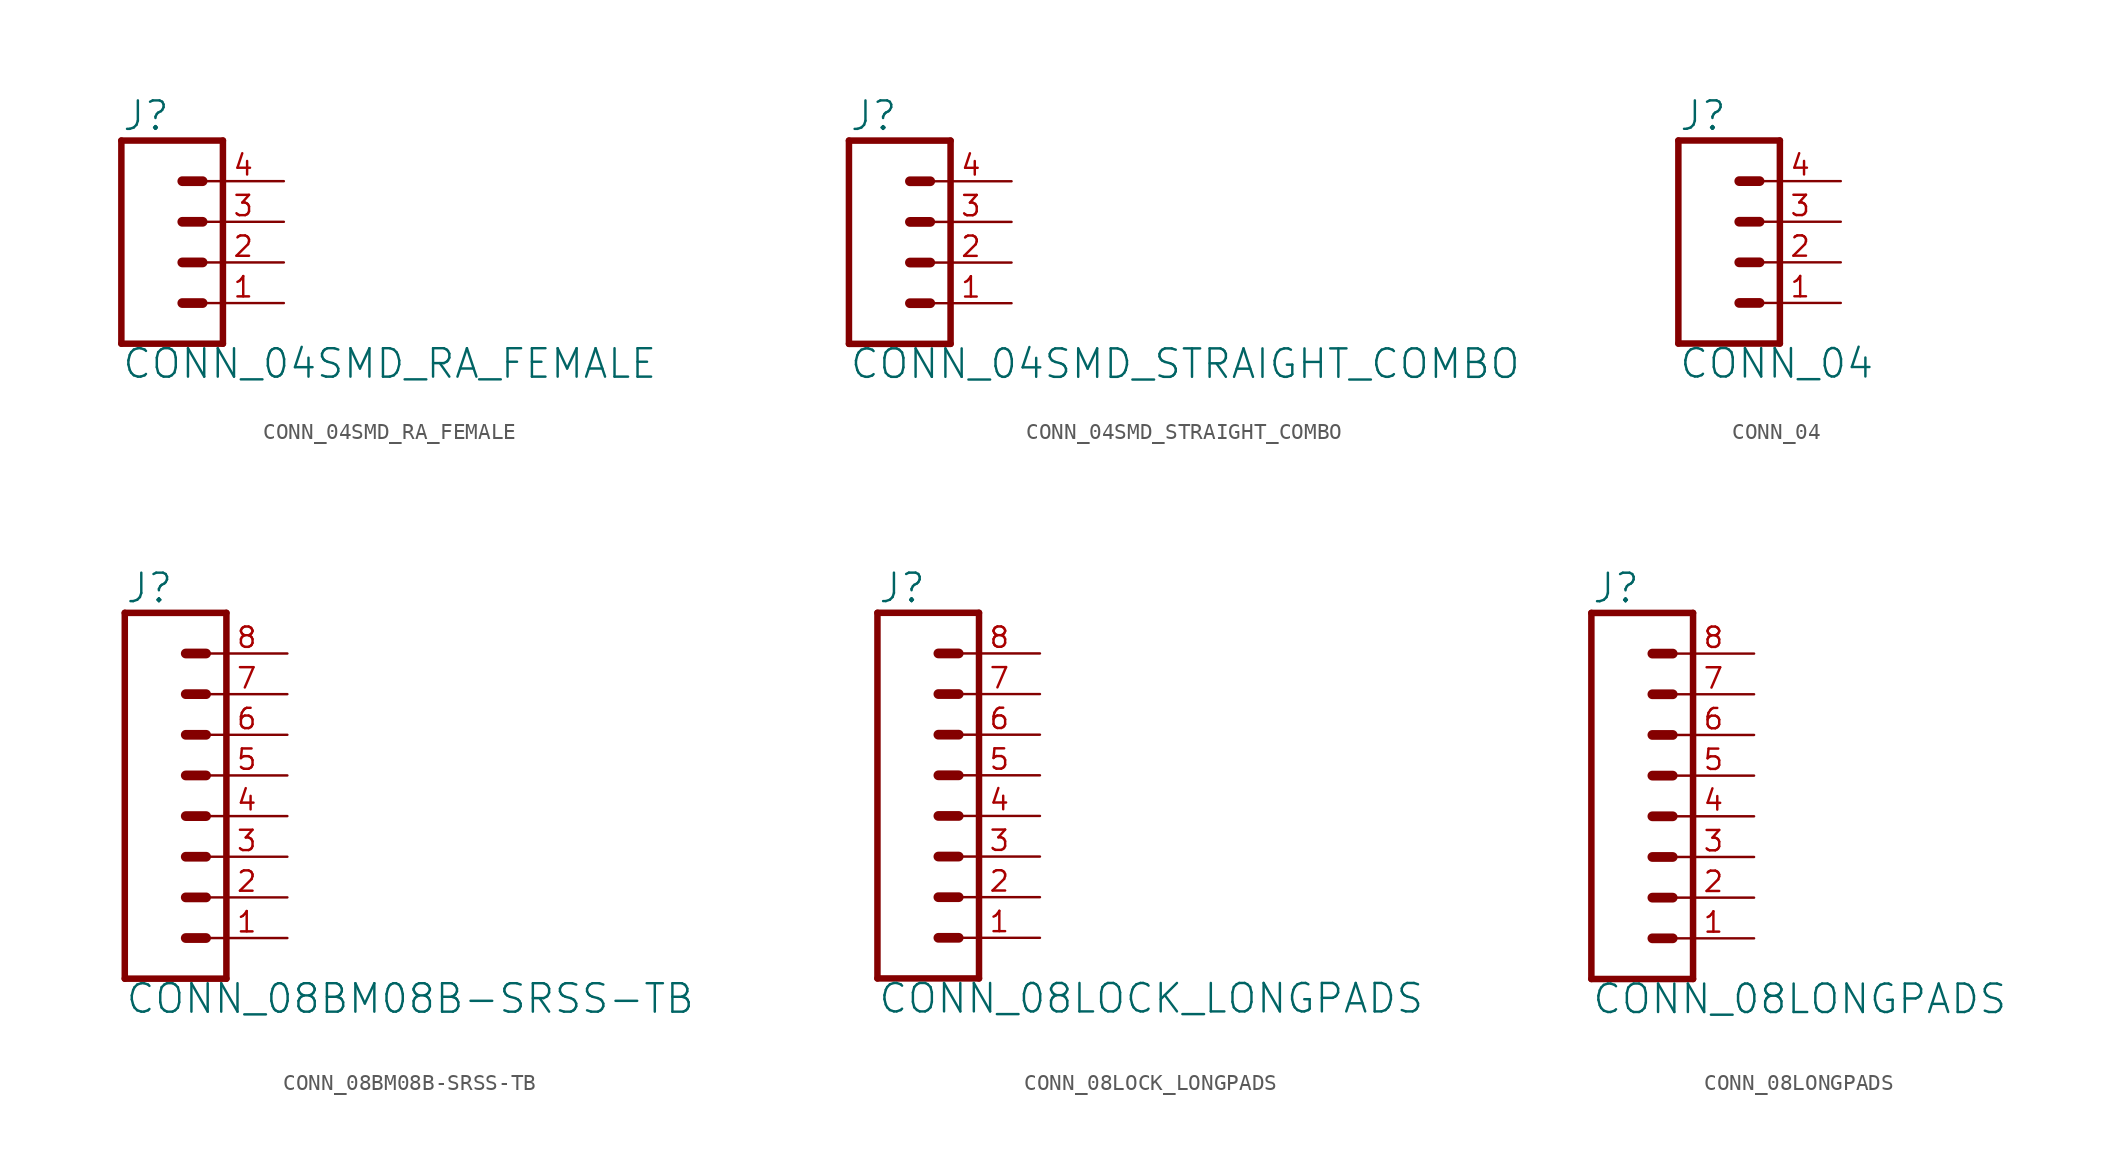
<source format=kicad_sym>
(kicad_symbol_lib
  (version 20220331)
  (generator kicad_symbol_editor)
  (symbol "CONN_04SMD_RA_FEMALE"
    (property "Reference" "J"
      (at -5.08 8.128 0)
      (effects (font (size 1.778 1.778)) (justify left bottom)))
    (property "Value" "CONN_04SMD_RA_FEMALE"
      (at -5.08 -7.366 0)
      (effects (font (size 1.778 1.778)) (justify left bottom)))
    (property "ki_locked" ""
      (at 0 0 0)
      (effects (font (size 1.27 1.27))))
    (symbol "CONN_04SMD_RA_FEMALE_1_0"
      (polyline (pts (xy -5.08 7.62) (xy -5.08 -5.08)) (stroke (width 0.406) (type solid)) (fill (type none)))
      (polyline (pts (xy -5.08 7.62) (xy 1.27 7.62)) (stroke (width 0.406) (type solid)) (fill (type none)))
      (polyline (pts (xy -1.27 -2.54) (xy 0 -2.54)) (stroke (width 0.61) (type solid)) (fill (type none)))
      (polyline (pts (xy -1.27 0) (xy 0 0)) (stroke (width 0.61) (type solid)) (fill (type none)))
      (polyline (pts (xy -1.27 2.54) (xy 0 2.54)) (stroke (width 0.61) (type solid)) (fill (type none)))
      (polyline (pts (xy -1.27 5.08) (xy 0 5.08)) (stroke (width 0.61) (type solid)) (fill (type none)))
      (polyline (pts (xy 1.27 -5.08) (xy -5.08 -5.08)) (stroke (width 0.406) (type solid)) (fill (type none)))
      (polyline (pts (xy 1.27 -5.08) (xy 1.27 7.62)) (stroke (width 0.406) (type solid)) (fill (type none)))
      (pin passive line (at 5.08 -2.54 180) (length 5.08) (name "1" (effects (font (size 0 0)))) (number "1" (effects (font (size 1.27 1.27)))))
      (pin passive line (at 5.08 0 180) (length 5.08) (name "2" (effects (font (size 0 0)))) (number "2" (effects (font (size 1.27 1.27)))))
      (pin passive line (at 5.08 2.54 180) (length 5.08) (name "3" (effects (font (size 0 0)))) (number "3" (effects (font (size 1.27 1.27)))))
      (pin passive line (at 5.08 5.08 180) (length 5.08) (name "4" (effects (font (size 0 0)))) (number "4" (effects (font (size 1.27 1.27)))))))
  (symbol "CONN_04SMD_STRAIGHT_COMBO"
    (property "Reference" "J"
      (at -5.08 8.128 0)
      (effects (font (size 1.778 1.778)) (justify left bottom)))
    (property "Value" "CONN_04SMD_STRAIGHT_COMBO"
      (at -5.08 -7.366 0)
      (effects (font (size 1.778 1.778)) (justify left bottom)))
    (property "ki_locked" ""
      (at 0 0 0)
      (effects (font (size 1.27 1.27))))
    (symbol "CONN_04SMD_STRAIGHT_COMBO_1_0"
      (polyline (pts (xy -5.08 7.62) (xy -5.08 -5.08)) (stroke (width 0.406) (type solid)) (fill (type none)))
      (polyline (pts (xy -5.08 7.62) (xy 1.27 7.62)) (stroke (width 0.406) (type solid)) (fill (type none)))
      (polyline (pts (xy -1.27 -2.54) (xy 0 -2.54)) (stroke (width 0.61) (type solid)) (fill (type none)))
      (polyline (pts (xy -1.27 0) (xy 0 0)) (stroke (width 0.61) (type solid)) (fill (type none)))
      (polyline (pts (xy -1.27 2.54) (xy 0 2.54)) (stroke (width 0.61) (type solid)) (fill (type none)))
      (polyline (pts (xy -1.27 5.08) (xy 0 5.08)) (stroke (width 0.61) (type solid)) (fill (type none)))
      (polyline (pts (xy 1.27 -5.08) (xy -5.08 -5.08)) (stroke (width 0.406) (type solid)) (fill (type none)))
      (polyline (pts (xy 1.27 -5.08) (xy 1.27 7.62)) (stroke (width 0.406) (type solid)) (fill (type none)))
      (pin passive line (at 5.08 -2.54 180) (length 5.08) (name "1" (effects (font (size 0 0)))) (number "1" (effects (font (size 1.27 1.27)))))
      (pin passive line (at 5.08 0 180) (length 5.08) (name "2" (effects (font (size 0 0)))) (number "2" (effects (font (size 1.27 1.27)))))
      (pin passive line (at 5.08 2.54 180) (length 5.08) (name "3" (effects (font (size 0 0)))) (number "3" (effects (font (size 1.27 1.27)))))
      (pin passive line (at 5.08 5.08 180) (length 5.08) (name "4" (effects (font (size 0 0)))) (number "4" (effects (font (size 1.27 1.27)))))))
  (symbol "CONN_04"
    (property "Reference" "J"
      (at -5.08 8.128 0)
      (effects (font (size 1.778 1.778)) (justify left bottom)))
    (property "Value" "CONN_04"
      (at -5.08 -7.366 0)
      (effects (font (size 1.778 1.778)) (justify left bottom)))
    (property "ki_locked" ""
      (at 0 0 0)
      (effects (font (size 1.27 1.27))))
    (symbol "CONN_04_1_0"
      (polyline (pts (xy -5.08 7.62) (xy -5.08 -5.08)) (stroke (width 0.406) (type solid)) (fill (type none)))
      (polyline (pts (xy -5.08 7.62) (xy 1.27 7.62)) (stroke (width 0.406) (type solid)) (fill (type none)))
      (polyline (pts (xy -1.27 -2.54) (xy 0 -2.54)) (stroke (width 0.61) (type solid)) (fill (type none)))
      (polyline (pts (xy -1.27 0) (xy 0 0)) (stroke (width 0.61) (type solid)) (fill (type none)))
      (polyline (pts (xy -1.27 2.54) (xy 0 2.54)) (stroke (width 0.61) (type solid)) (fill (type none)))
      (polyline (pts (xy -1.27 5.08) (xy 0 5.08)) (stroke (width 0.61) (type solid)) (fill (type none)))
      (polyline (pts (xy 1.27 -5.08) (xy -5.08 -5.08)) (stroke (width 0.406) (type solid)) (fill (type none)))
      (polyline (pts (xy 1.27 -5.08) (xy 1.27 7.62)) (stroke (width 0.406) (type solid)) (fill (type none)))
      (pin passive line (at 5.08 -2.54 180) (length 5.08) (name "1" (effects (font (size 0 0)))) (number "1" (effects (font (size 1.27 1.27)))))
      (pin passive line (at 5.08 0 180) (length 5.08) (name "2" (effects (font (size 0 0)))) (number "2" (effects (font (size 1.27 1.27)))))
      (pin passive line (at 5.08 2.54 180) (length 5.08) (name "3" (effects (font (size 0 0)))) (number "3" (effects (font (size 1.27 1.27)))))
      (pin passive line (at 5.08 5.08 180) (length 5.08) (name "4" (effects (font (size 0 0)))) (number "4" (effects (font (size 1.27 1.27)))))))
  (symbol "CONN_08BM08B-SRSS-TB"
    (property "Reference" "J"
      (at -5.08 13.208 0)
      (effects (font (size 1.778 1.778)) (justify left bottom)))
    (property "Value" "CONN_08BM08B-SRSS-TB"
      (at -5.08 -12.446 0)
      (effects (font (size 1.778 1.778)) (justify left bottom)))
    (property "ki_locked" ""
      (at 0 0 0)
      (effects (font (size 1.27 1.27))))
    (symbol "CONN_08BM08B-SRSS-TB_1_0"
      (polyline (pts (xy -5.08 12.7) (xy -5.08 -10.16)) (stroke (width 0.406) (type solid)) (fill (type none)))
      (polyline (pts (xy -5.08 12.7) (xy 1.27 12.7)) (stroke (width 0.406) (type solid)) (fill (type none)))
      (polyline (pts (xy -1.27 -7.62) (xy 0 -7.62)) (stroke (width 0.61) (type solid)) (fill (type none)))
      (polyline (pts (xy -1.27 -5.08) (xy 0 -5.08)) (stroke (width 0.61) (type solid)) (fill (type none)))
      (polyline (pts (xy -1.27 -2.54) (xy 0 -2.54)) (stroke (width 0.61) (type solid)) (fill (type none)))
      (polyline (pts (xy -1.27 0) (xy 0 0)) (stroke (width 0.61) (type solid)) (fill (type none)))
      (polyline (pts (xy -1.27 2.54) (xy 0 2.54)) (stroke (width 0.61) (type solid)) (fill (type none)))
      (polyline (pts (xy -1.27 5.08) (xy 0 5.08)) (stroke (width 0.61) (type solid)) (fill (type none)))
      (polyline (pts (xy -1.27 7.62) (xy 0 7.62)) (stroke (width 0.61) (type solid)) (fill (type none)))
      (polyline (pts (xy -1.27 10.16) (xy 0 10.16)) (stroke (width 0.61) (type solid)) (fill (type none)))
      (polyline (pts (xy 1.27 -10.16) (xy -5.08 -10.16)) (stroke (width 0.406) (type solid)) (fill (type none)))
      (polyline (pts (xy 1.27 -10.16) (xy 1.27 12.7)) (stroke (width 0.406) (type solid)) (fill (type none)))
      (pin passive line (at 5.08 -7.62 180) (length 5.08) (name "1" (effects (font (size 0 0)))) (number "1" (effects (font (size 1.27 1.27)))))
      (pin passive line (at 5.08 -5.08 180) (length 5.08) (name "2" (effects (font (size 0 0)))) (number "2" (effects (font (size 1.27 1.27)))))
      (pin passive line (at 5.08 -2.54 180) (length 5.08) (name "3" (effects (font (size 0 0)))) (number "3" (effects (font (size 1.27 1.27)))))
      (pin passive line (at 5.08 0 180) (length 5.08) (name "4" (effects (font (size 0 0)))) (number "4" (effects (font (size 1.27 1.27)))))
      (pin passive line (at 5.08 2.54 180) (length 5.08) (name "5" (effects (font (size 0 0)))) (number "5" (effects (font (size 1.27 1.27)))))
      (pin passive line (at 5.08 5.08 180) (length 5.08) (name "6" (effects (font (size 0 0)))) (number "6" (effects (font (size 1.27 1.27)))))
      (pin passive line (at 5.08 7.62 180) (length 5.08) (name "7" (effects (font (size 0 0)))) (number "7" (effects (font (size 1.27 1.27)))))
      (pin passive line (at 5.08 10.16 180) (length 5.08) (name "8" (effects (font (size 0 0)))) (number "8" (effects (font (size 1.27 1.27)))))))
  (symbol "CONN_08LOCK_LONGPADS"
    (property "Reference" "J"
      (at -5.08 13.208 0)
      (effects (font (size 1.778 1.778)) (justify left bottom)))
    (property "Value" "CONN_08LOCK_LONGPADS"
      (at -5.08 -12.446 0)
      (effects (font (size 1.778 1.778)) (justify left bottom)))
    (property "ki_locked" ""
      (at 0 0 0)
      (effects (font (size 1.27 1.27))))
    (symbol "CONN_08LOCK_LONGPADS_1_0"
      (polyline (pts (xy -5.08 12.7) (xy -5.08 -10.16)) (stroke (width 0.406) (type solid)) (fill (type none)))
      (polyline (pts (xy -5.08 12.7) (xy 1.27 12.7)) (stroke (width 0.406) (type solid)) (fill (type none)))
      (polyline (pts (xy -1.27 -7.62) (xy 0 -7.62)) (stroke (width 0.61) (type solid)) (fill (type none)))
      (polyline (pts (xy -1.27 -5.08) (xy 0 -5.08)) (stroke (width 0.61) (type solid)) (fill (type none)))
      (polyline (pts (xy -1.27 -2.54) (xy 0 -2.54)) (stroke (width 0.61) (type solid)) (fill (type none)))
      (polyline (pts (xy -1.27 0) (xy 0 0)) (stroke (width 0.61) (type solid)) (fill (type none)))
      (polyline (pts (xy -1.27 2.54) (xy 0 2.54)) (stroke (width 0.61) (type solid)) (fill (type none)))
      (polyline (pts (xy -1.27 5.08) (xy 0 5.08)) (stroke (width 0.61) (type solid)) (fill (type none)))
      (polyline (pts (xy -1.27 7.62) (xy 0 7.62)) (stroke (width 0.61) (type solid)) (fill (type none)))
      (polyline (pts (xy -1.27 10.16) (xy 0 10.16)) (stroke (width 0.61) (type solid)) (fill (type none)))
      (polyline (pts (xy 1.27 -10.16) (xy -5.08 -10.16)) (stroke (width 0.406) (type solid)) (fill (type none)))
      (polyline (pts (xy 1.27 -10.16) (xy 1.27 12.7)) (stroke (width 0.406) (type solid)) (fill (type none)))
      (pin passive line (at 5.08 -7.62 180) (length 5.08) (name "1" (effects (font (size 0 0)))) (number "1" (effects (font (size 1.27 1.27)))))
      (pin passive line (at 5.08 -5.08 180) (length 5.08) (name "2" (effects (font (size 0 0)))) (number "2" (effects (font (size 1.27 1.27)))))
      (pin passive line (at 5.08 -2.54 180) (length 5.08) (name "3" (effects (font (size 0 0)))) (number "3" (effects (font (size 1.27 1.27)))))
      (pin passive line (at 5.08 0 180) (length 5.08) (name "4" (effects (font (size 0 0)))) (number "4" (effects (font (size 1.27 1.27)))))
      (pin passive line (at 5.08 2.54 180) (length 5.08) (name "5" (effects (font (size 0 0)))) (number "5" (effects (font (size 1.27 1.27)))))
      (pin passive line (at 5.08 5.08 180) (length 5.08) (name "6" (effects (font (size 0 0)))) (number "6" (effects (font (size 1.27 1.27)))))
      (pin passive line (at 5.08 7.62 180) (length 5.08) (name "7" (effects (font (size 0 0)))) (number "7" (effects (font (size 1.27 1.27)))))
      (pin passive line (at 5.08 10.16 180) (length 5.08) (name "8" (effects (font (size 0 0)))) (number "8" (effects (font (size 1.27 1.27)))))))
  (symbol "CONN_08LONGPADS"
    (property "Reference" "J"
      (at -5.08 13.208 0)
      (effects (font (size 1.778 1.778)) (justify left bottom)))
    (property "Value" "CONN_08LONGPADS"
      (at -5.08 -12.446 0)
      (effects (font (size 1.778 1.778)) (justify left bottom)))
    (property "ki_locked" ""
      (at 0 0 0)
      (effects (font (size 1.27 1.27))))
    (symbol "CONN_08LONGPADS_1_0"
      (polyline (pts (xy -5.08 12.7) (xy -5.08 -10.16)) (stroke (width 0.406) (type solid)) (fill (type none)))
      (polyline (pts (xy -5.08 12.7) (xy 1.27 12.7)) (stroke (width 0.406) (type solid)) (fill (type none)))
      (polyline (pts (xy -1.27 -7.62) (xy 0 -7.62)) (stroke (width 0.61) (type solid)) (fill (type none)))
      (polyline (pts (xy -1.27 -5.08) (xy 0 -5.08)) (stroke (width 0.61) (type solid)) (fill (type none)))
      (polyline (pts (xy -1.27 -2.54) (xy 0 -2.54)) (stroke (width 0.61) (type solid)) (fill (type none)))
      (polyline (pts (xy -1.27 0) (xy 0 0)) (stroke (width 0.61) (type solid)) (fill (type none)))
      (polyline (pts (xy -1.27 2.54) (xy 0 2.54)) (stroke (width 0.61) (type solid)) (fill (type none)))
      (polyline (pts (xy -1.27 5.08) (xy 0 5.08)) (stroke (width 0.61) (type solid)) (fill (type none)))
      (polyline (pts (xy -1.27 7.62) (xy 0 7.62)) (stroke (width 0.61) (type solid)) (fill (type none)))
      (polyline (pts (xy -1.27 10.16) (xy 0 10.16)) (stroke (width 0.61) (type solid)) (fill (type none)))
      (polyline (pts (xy 1.27 -10.16) (xy -5.08 -10.16)) (stroke (width 0.406) (type solid)) (fill (type none)))
      (polyline (pts (xy 1.27 -10.16) (xy 1.27 12.7)) (stroke (width 0.406) (type solid)) (fill (type none)))
      (pin passive line (at 5.08 -7.62 180) (length 5.08) (name "1" (effects (font (size 0 0)))) (number "1" (effects (font (size 1.27 1.27)))))
      (pin passive line (at 5.08 -5.08 180) (length 5.08) (name "2" (effects (font (size 0 0)))) (number "2" (effects (font (size 1.27 1.27)))))
      (pin passive line (at 5.08 -2.54 180) (length 5.08) (name "3" (effects (font (size 0 0)))) (number "3" (effects (font (size 1.27 1.27)))))
      (pin passive line (at 5.08 0 180) (length 5.08) (name "4" (effects (font (size 0 0)))) (number "4" (effects (font (size 1.27 1.27)))))
      (pin passive line (at 5.08 2.54 180) (length 5.08) (name "5" (effects (font (size 0 0)))) (number "5" (effects (font (size 1.27 1.27)))))
      (pin passive line (at 5.08 5.08 180) (length 5.08) (name "6" (effects (font (size 0 0)))) (number "6" (effects (font (size 1.27 1.27)))))
      (pin passive line (at 5.08 7.62 180) (length 5.08) (name "7" (effects (font (size 0 0)))) (number "7" (effects (font (size 1.27 1.27)))))
      (pin passive line (at 5.08 10.16 180) (length 5.08) (name "8" (effects (font (size 0 0)))) (number "8" (effects (font (size 1.27 1.27))))))))
</source>
